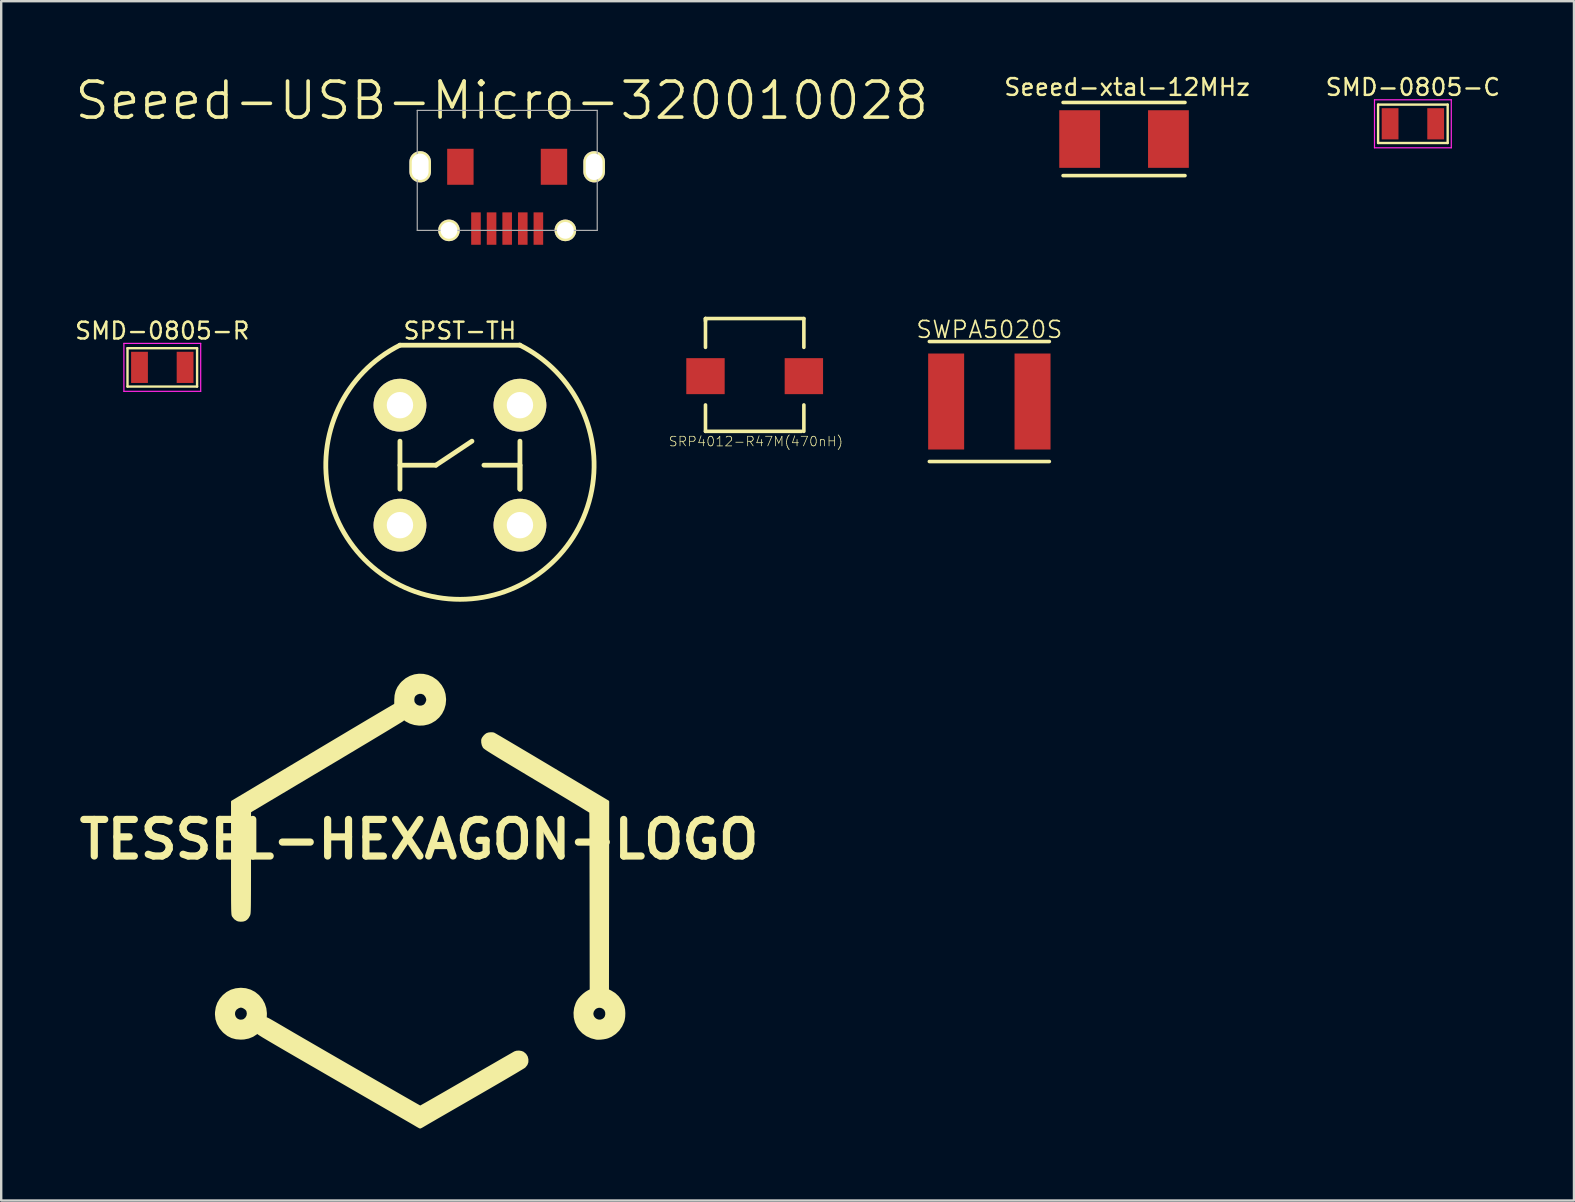
<source format=kicad_pcb>
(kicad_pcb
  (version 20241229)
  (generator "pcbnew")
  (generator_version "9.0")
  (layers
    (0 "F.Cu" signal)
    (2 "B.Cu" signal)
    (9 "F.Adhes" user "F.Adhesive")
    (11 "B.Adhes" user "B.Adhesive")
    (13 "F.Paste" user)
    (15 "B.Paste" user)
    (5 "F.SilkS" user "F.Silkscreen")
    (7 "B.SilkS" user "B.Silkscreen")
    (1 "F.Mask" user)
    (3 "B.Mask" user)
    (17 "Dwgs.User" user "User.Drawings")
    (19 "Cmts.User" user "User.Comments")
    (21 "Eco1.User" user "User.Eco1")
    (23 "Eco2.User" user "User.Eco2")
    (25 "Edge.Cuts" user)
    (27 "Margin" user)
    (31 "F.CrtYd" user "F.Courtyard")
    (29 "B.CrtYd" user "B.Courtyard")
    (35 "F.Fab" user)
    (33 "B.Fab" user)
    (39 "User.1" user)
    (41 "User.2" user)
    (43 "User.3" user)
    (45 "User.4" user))
  (footprint "SRP4012-R47M(470nH)"
    (layer "F.Cu")
    (at 26.349 12.625)
    (property "Reference" "SRP4012-R47M(470nH)" (at 2.101 2.722 0) (layer "F.SilkS") (effects (font (size 0.4 0.4) (thickness 0.03))))
    (attr through_hole)
    (fp_line (start 0 -2.4) (end 0 -1.2) (stroke (width 0.15) (type solid)) (layer "F.SilkS"))
    (fp_line (start 0 -2.4) (end 4.1 -2.4) (stroke (width 0.15) (type solid)) (layer "F.SilkS"))
    (fp_line (start 0 -2.3) (end 0 -2.4) (stroke (width 0.15) (type solid)) (layer "F.SilkS"))
    (fp_line (start 0 2.3) (end 0 1.2) (stroke (width 0.15) (type solid)) (layer "F.SilkS"))
    (fp_line (start 0 2.3) (end 4 2.3) (stroke (width 0.15) (type solid)) (layer "F.SilkS"))
    (fp_line (start 4.1 -2.4) (end 4.1 -1.2) (stroke (width 0.15) (type solid)) (layer "F.SilkS"))
    (fp_line (start 4.1 2.3) (end 4.1 1.2) (stroke (width 0.15) (type solid)) (layer "F.SilkS"))
    (pad "1" smd rect (at 0 0) (size 1.6 1.5) (layers "F.Cu" "F.Mask" "F.Paste"))
    (pad "2" smd rect (at 4.1 0) (size 1.6 1.5) (layers "F.Cu" "F.Mask" "F.Paste")))
  (footprint "Seeed-USB-Micro-320010028"
    (layer "F.Cu")
    (at 18.085 3.9)
    (property "Reference" "Seeed-USB-Micro-320010028" (at -0.224 -2.759 0) (layer "F.SilkS") (effects (font (size 1.5 1.5) (thickness 0.15))))
    (attr through_hole)
    (fp_line (start -3.747 -2.349) (end 3.753 -2.349) (stroke (width 0.05) (type solid)) (layer "F.Fab"))
    (fp_line (start -3.747 2.651) (end -3.747 -2.349) (stroke (width 0.05) (type solid)) (layer "F.Fab"))
    (fp_line (start -3.747 2.651) (end 3.753 2.651) (stroke (width 0.05) (type solid)) (layer "F.Fab"))
    (fp_line (start 3.753 2.651) (end 3.753 -2.349) (stroke (width 0.05) (type solid)) (layer "F.Fab"))
    (pad "1" smd rect (at 1.3 2.575) (size 0.4 1.35) (layers "F.Cu" "F.Mask" "F.Paste"))
    (pad "2" smd rect (at 0.65 2.575) (size 0.4 1.35) (layers "F.Cu" "F.Mask" "F.Paste"))
    (pad "3" smd rect (at 0 2.575) (size 0.4 1.35) (layers "F.Cu" "F.Mask" "F.Paste"))
    (pad "4" smd rect (at -0.65 2.575) (size 0.4 1.35) (layers "F.Cu" "F.Mask" "F.Paste"))
    (pad "5" smd rect (at -1.3 2.575) (size 0.4 1.35) (layers "F.Cu" "F.Mask" "F.Paste"))
    (pad "6" smd rect (at 1.95 0) (size 1.1 1.5) (layers "F.Cu" "F.Mask" "F.Paste"))
    (pad "7" smd rect (at -1.95 0) (size 1.1 1.5) (layers "F.Cu" "F.Mask" "F.Paste"))
    (pad "8" thru_hole oval (at -3.625 0) (size 0.9 1.3) (drill oval 0.7 1.1) (layers "*.Cu" "*.Mask" "F.SilkS"))
    (pad "9" thru_hole oval (at 3.625 0) (size 0.9 1.3) (drill oval 0.7 1.1) (layers "*.Cu" "*.Mask" "F.SilkS"))
    (pad "10" thru_hole circle (at -2.425 2.65) (size 0.9 0.9) (drill 0.7) (layers "*.Cu" "*.Mask" "F.SilkS"))
    (pad "11" thru_hole circle (at 2.425 2.65) (size 0.9 0.9) (drill 0.7) (layers "*.Cu" "*.Mask" "F.SilkS")))
  (footprint "TESSEL-HEXAGON-LOGO"
    (layer "F.Cu")
    (at 14.413 34.472)
    (property "Reference" "TESSEL-HEXAGON-LOGO" (at 0 -2.54 0) (layer "F.SilkS") (effects (font (size 1.524 1.524) (thickness 0.3))))
    (attr through_hole)
    (fp_poly (pts (xy 8.546 4.703) (xy 8.54 4.851) (xy 8.518 4.988) (xy 8.502 5.043) (xy 8.42 5.227) (xy 8.307 5.39) (xy 8.166 5.527) (xy 8.001 5.637) (xy 7.863 5.698) (xy 7.811 5.713) (xy 7.811 4.751) (xy 7.805 4.647) (xy 7.77 4.561) (xy 7.712 4.494) (xy 7.637 4.448) (xy 7.553 4.425) (xy 7.465 4.427) (xy 7.38 4.455) (xy 7.304 4.51) (xy 7.244 4.595) (xy 7.24 4.603) (xy 7.213 4.697) (xy 7.221 4.788) (xy 7.257 4.87) (xy 7.315 4.939) (xy 7.391 4.99) (xy 7.479 5.017) (xy 7.573 5.016) (xy 7.658 4.987) (xy 7.739 4.927) (xy 7.79 4.845) (xy 7.811 4.751) (xy 7.811 5.713) (xy 7.781 5.721) (xy 7.678 5.74) (xy 7.57 5.752) (xy 7.47 5.757) (xy 7.391 5.753) (xy 7.386 5.752) (xy 7.182 5.699) (xy 6.998 5.615) (xy 6.838 5.502) (xy 6.704 5.364) (xy 6.621 5.242) (xy 6.541 5.064) (xy 6.496 4.874) (xy 6.487 4.68) (xy 6.512 4.486) (xy 6.573 4.298) (xy 6.617 4.208) (xy 6.677 4.12) (xy 6.761 4.025) (xy 6.858 3.933) (xy 6.958 3.854) (xy 7.044 3.8) (xy 7.161 3.742) (xy 7.156 0.039) (xy 7.155 -0.339) (xy 7.155 -0.706) (xy 7.154 -1.061) (xy 7.153 -1.401) (xy 7.153 -1.726) (xy 7.152 -2.033) (xy 7.151 -2.319) (xy 7.15 -2.584) (xy 7.149 -2.825) (xy 7.148 -3.04) (xy 7.148 -3.227) (xy 7.147 -3.386) (xy 7.146 -3.512) (xy 7.145 -3.605) (xy 7.144 -3.663) (xy 7.143 -3.684) (xy 7.126 -3.696) (xy 7.077 -3.728) (xy 6.998 -3.776) (xy 6.892 -3.841) (xy 6.76 -3.922) (xy 6.604 -4.016) (xy 6.427 -4.123) (xy 6.23 -4.242) (xy 6.015 -4.371) (xy 5.784 -4.51) (xy 5.54 -4.656) (xy 5.284 -4.81) (xy 5.018 -4.969) (xy 4.945 -5.012) (xy 4.621 -5.205) (xy 4.33 -5.38) (xy 4.069 -5.536) (xy 3.837 -5.675) (xy 3.632 -5.799) (xy 3.452 -5.907) (xy 3.296 -6.002) (xy 3.163 -6.084) (xy 3.05 -6.154) (xy 2.957 -6.212) (xy 2.88 -6.261) (xy 2.82 -6.301) (xy 2.774 -6.333) (xy 2.74 -6.359) (xy 2.717 -6.378) (xy 2.704 -6.392) (xy 2.703 -6.394) (xy 2.663 -6.477) (xy 2.641 -6.578) (xy 2.639 -6.676) (xy 2.645 -6.71) (xy 2.672 -6.765) (xy 2.719 -6.829) (xy 2.777 -6.887) (xy 2.833 -6.926) (xy 2.9 -6.948) (xy 2.985 -6.958) (xy 3.067 -6.955) (xy 3.107 -6.947) (xy 3.129 -6.935) (xy 3.183 -6.905) (xy 3.266 -6.856) (xy 3.378 -6.792) (xy 3.515 -6.711) (xy 3.675 -6.617) (xy 3.858 -6.509) (xy 4.061 -6.389) (xy 4.281 -6.258) (xy 4.518 -6.118) (xy 4.769 -5.969) (xy 5.032 -5.812) (xy 5.305 -5.65) (xy 5.515 -5.524) (xy 7.874 -4.117) (xy 7.869 -0.188) (xy 7.864 3.742) (xy 7.993 3.805) (xy 8.143 3.899) (xy 8.279 4.025) (xy 8.392 4.175) (xy 8.479 4.342) (xy 8.512 4.432) (xy 8.537 4.558) (xy 8.546 4.703)) (stroke (width 0.1) (type solid)) (fill yes) (layer "F.SilkS"))
    (fp_poly (pts (xy 1.077 -8.362) (xy 1.058 -8.164) (xy 1.004 -7.977) (xy 0.918 -7.806) (xy 0.802 -7.656) (xy 0.659 -7.528) (xy 0.492 -7.429) (xy 0.373 -7.381) (xy 0.351 -7.376) (xy 0.351 -8.367) (xy 0.335 -8.446) (xy 0.293 -8.528) (xy 0.235 -8.596) (xy 0.2 -8.622) (xy 0.106 -8.656) (xy 0.005 -8.657) (xy -0.091 -8.626) (xy -0.174 -8.566) (xy -0.201 -8.535) (xy -0.235 -8.461) (xy -0.249 -8.37) (xy -0.24 -8.28) (xy -0.221 -8.227) (xy -0.157 -8.144) (xy -0.073 -8.09) (xy 0.025 -8.065) (xy 0.126 -8.073) (xy 0.224 -8.116) (xy 0.225 -8.117) (xy 0.275 -8.167) (xy 0.318 -8.24) (xy 0.346 -8.32) (xy 0.351 -8.367) (xy 0.351 -7.376) (xy 0.192 -7.34) (xy 0.003 -7.333) (xy -0.186 -7.358) (xy -0.367 -7.414) (xy -0.531 -7.5) (xy -0.57 -7.528) (xy -0.623 -7.567) (xy -0.689 -7.511) (xy -0.713 -7.495) (xy -0.768 -7.46) (xy -0.854 -7.408) (xy -0.968 -7.338) (xy -1.109 -7.253) (xy -1.275 -7.152) (xy -1.464 -7.038) (xy -1.675 -6.911) (xy -1.907 -6.772) (xy -2.156 -6.622) (xy -2.423 -6.463) (xy -2.704 -6.294) (xy -2.999 -6.118) (xy -3.305 -5.935) (xy -3.622 -5.746) (xy -3.904 -5.578) (xy -7.051 -3.703) (xy -7.053 -1.583) (xy -7.053 -1.249) (xy -7.053 -0.952) (xy -7.054 -0.689) (xy -7.054 -0.459) (xy -7.055 -0.259) (xy -7.056 -0.087) (xy -7.057 0.059) (xy -7.058 0.182) (xy -7.06 0.284) (xy -7.062 0.368) (xy -7.064 0.434) (xy -7.067 0.486) (xy -7.07 0.527) (xy -7.074 0.557) (xy -7.079 0.579) (xy -7.084 0.596) (xy -7.089 0.61) (xy -7.092 0.615) (xy -7.144 0.708) (xy -7.203 0.771) (xy -7.262 0.809) (xy -7.339 0.832) (xy -7.433 0.838) (xy -7.524 0.828) (xy -7.571 0.812) (xy -7.668 0.748) (xy -7.745 0.652) (xy -7.752 0.639) (xy -7.757 0.628) (xy -7.761 0.613) (xy -7.766 0.592) (xy -7.769 0.564) (xy -7.772 0.525) (xy -7.775 0.474) (xy -7.778 0.408) (xy -7.78 0.326) (xy -7.781 0.226) (xy -7.783 0.105) (xy -7.784 -0.039) (xy -7.784 -0.207) (xy -7.785 -0.403) (xy -7.786 -0.627) (xy -7.786 -0.883) (xy -7.786 -1.172) (xy -7.786 -1.496) (xy -7.786 -1.768) (xy -7.786 -4.113) (xy -4.426 -6.119) (xy -4.093 -6.318) (xy -3.768 -6.512) (xy -3.453 -6.7) (xy -3.15 -6.88) (xy -2.861 -7.053) (xy -2.586 -7.216) (xy -2.329 -7.369) (xy -2.09 -7.511) (xy -1.87 -7.641) (xy -1.673 -7.758) (xy -1.498 -7.861) (xy -1.349 -7.949) (xy -1.225 -8.021) (xy -1.13 -8.077) (xy -1.064 -8.115) (xy -1.03 -8.134) (xy -1.025 -8.136) (xy -1.006 -8.143) (xy -0.994 -8.159) (xy -0.987 -8.189) (xy -0.984 -8.242) (xy -0.984 -8.326) (xy -0.984 -8.347) (xy -0.971 -8.542) (xy -0.93 -8.714) (xy -0.858 -8.87) (xy -0.753 -9.015) (xy -0.686 -9.088) (xy -0.532 -9.216) (xy -0.364 -9.31) (xy -0.186 -9.371) (xy -0.002 -9.397) (xy 0.182 -9.39) (xy 0.363 -9.349) (xy 0.536 -9.274) (xy 0.697 -9.164) (xy 0.772 -9.096) (xy 0.902 -8.941) (xy 0.996 -8.775) (xy 1.053 -8.594) (xy 1.076 -8.397) (xy 1.077 -8.362)) (stroke (width 0.1) (type solid)) (fill yes) (layer "F.SilkS"))
    (fp_poly (pts (xy 4.507 6.629) (xy 4.505 6.739) (xy 4.47 6.834) (xy 4.399 6.922) (xy 4.391 6.93) (xy 4.366 6.948) (xy 4.309 6.983) (xy 4.223 7.035) (xy 4.11 7.103) (xy 3.971 7.186) (xy 3.809 7.281) (xy 3.627 7.388) (xy 3.426 7.506) (xy 3.209 7.632) (xy 2.977 7.767) (xy 2.733 7.908) (xy 2.479 8.055) (xy 2.335 8.138) (xy 2.075 8.288) (xy 1.823 8.434) (xy 1.58 8.574) (xy 1.349 8.707) (xy 1.133 8.832) (xy 0.934 8.947) (xy 0.753 9.051) (xy 0.594 9.144) (xy 0.458 9.222) (xy 0.348 9.286) (xy 0.267 9.334) (xy 0.215 9.364) (xy 0.202 9.372) (xy 0.136 9.411) (xy 0.082 9.44) (xy 0.05 9.455) (xy 0.045 9.456) (xy 0.023 9.447) (xy -0.025 9.421) (xy -0.09 9.384) (xy -0.127 9.362) (xy -0.161 9.342) (xy -0.227 9.303) (xy -0.323 9.247) (xy -0.448 9.175) (xy -0.598 9.088) (xy -0.773 8.987) (xy -0.969 8.873) (xy -1.187 8.747) (xy -1.423 8.611) (xy -1.675 8.465) (xy -1.942 8.31) (xy -2.222 8.149) (xy -2.512 7.981) (xy -2.812 7.808) (xy -3.019 7.688) (xy -3.439 7.446) (xy -3.827 7.222) (xy -4.184 7.015) (xy -4.51 6.827) (xy -4.808 6.654) (xy -5.079 6.498) (xy -5.323 6.356) (xy -5.542 6.229) (xy -5.737 6.115) (xy -5.91 6.014) (xy -6.062 5.925) (xy -6.195 5.847) (xy -6.308 5.78) (xy -6.404 5.723) (xy -6.485 5.675) (xy -6.55 5.634) (xy -6.602 5.602) (xy -6.642 5.576) (xy -6.671 5.557) (xy -6.691 5.542) (xy -6.702 5.532) (xy -6.703 5.531) (xy -6.725 5.51) (xy -6.745 5.51) (xy -6.779 5.533) (xy -6.791 5.543) (xy -6.938 5.639) (xy -7.108 5.707) (xy -7.126 5.711) (xy -7.126 4.714) (xy -7.143 4.615) (xy -7.164 4.567) (xy -7.211 4.514) (xy -7.28 4.465) (xy -7.356 4.429) (xy -7.423 4.416) (xy -7.47 4.424) (xy -7.531 4.445) (xy -7.554 4.456) (xy -7.638 4.515) (xy -7.692 4.59) (xy -7.718 4.676) (xy -7.718 4.764) (xy -7.693 4.85) (xy -7.645 4.925) (xy -7.575 4.982) (xy -7.486 5.016) (xy -7.425 5.021) (xy -7.327 5.007) (xy -7.267 4.977) (xy -7.191 4.905) (xy -7.143 4.814) (xy -7.126 4.714) (xy -7.126 5.711) (xy -7.295 5.745) (xy -7.425 5.752) (xy -7.621 5.737) (xy -7.797 5.69) (xy -7.958 5.609) (xy -8.109 5.492) (xy -8.15 5.453) (xy -8.281 5.297) (xy -8.376 5.126) (xy -8.435 4.942) (xy -8.456 4.748) (xy -8.453 4.66) (xy -8.423 4.461) (xy -8.36 4.282) (xy -8.262 4.119) (xy -8.144 3.982) (xy -7.993 3.858) (xy -7.823 3.767) (xy -7.636 3.712) (xy -7.435 3.691) (xy -7.425 3.691) (xy -7.223 3.709) (xy -7.036 3.764) (xy -6.864 3.853) (xy -6.708 3.979) (xy -6.696 3.992) (xy -6.568 4.146) (xy -6.474 4.318) (xy -6.414 4.502) (xy -6.391 4.696) (xy -6.392 4.764) (xy -6.399 4.904) (xy -6.324 4.934) (xy -6.288 4.951) (xy -6.223 4.986) (xy -6.136 5.035) (xy -6.03 5.096) (xy -5.911 5.165) (xy -5.785 5.239) (xy -5.777 5.243) (xy -5.682 5.299) (xy -5.561 5.37) (xy -5.415 5.455) (xy -5.248 5.553) (xy -5.06 5.662) (xy -4.854 5.782) (xy -4.632 5.91) (xy -4.396 6.047) (xy -4.149 6.19) (xy -3.892 6.339) (xy -3.627 6.492) (xy -3.357 6.648) (xy -3.083 6.806) (xy -2.809 6.964) (xy -2.535 7.122) (xy -2.264 7.279) (xy -1.998 7.432) (xy -1.739 7.581) (xy -1.489 7.724) (xy -1.251 7.861) (xy -1.026 7.991) (xy -0.817 8.111) (xy -0.625 8.221) (xy -0.453 8.319) (xy -0.303 8.405) (xy -0.176 8.477) (xy -0.076 8.534) (xy -0.004 8.574) (xy 0.038 8.598) (xy 0.049 8.603) (xy 0.068 8.593) (xy 0.119 8.565) (xy 0.199 8.52) (xy 0.307 8.459) (xy 0.44 8.383) (xy 0.596 8.294) (xy 0.773 8.192) (xy 0.969 8.08) (xy 1.181 7.958) (xy 1.408 7.827) (xy 1.647 7.689) (xy 1.897 7.545) (xy 2.003 7.484) (xy 2.257 7.337) (xy 2.502 7.195) (xy 2.736 7.06) (xy 2.957 6.933) (xy 3.163 6.814) (xy 3.351 6.705) (xy 3.519 6.608) (xy 3.666 6.524) (xy 3.788 6.454) (xy 3.884 6.399) (xy 3.951 6.36) (xy 3.987 6.34) (xy 3.992 6.337) (xy 4.071 6.313) (xy 4.166 6.308) (xy 4.26 6.323) (xy 4.329 6.35) (xy 4.422 6.428) (xy 4.482 6.524) (xy 4.507 6.629)) (stroke (width 0.1) (type solid)) (fill yes) (layer "F.SilkS")))
  (footprint "SPST-TH"
    (layer "F.Cu")
    (at 16.117 16.335)
    (property "Reference" "SPST-TH" (at 0 -5.6 0) (layer "F.SilkS") (effects (font (size 0.7 0.7) (thickness 0.1))))
    (attr through_hole)
    (fp_line (start -2.5 -5) (end 2.5 -5) (stroke (width 0.2) (type solid)) (layer "F.SilkS"))
    (fp_line (start -2.5 -1) (end -2.5 1) (stroke (width 0.2) (type solid)) (layer "F.SilkS"))
    (fp_line (start -2.5 0) (end -1 0) (stroke (width 0.2) (type solid)) (layer "F.SilkS"))
    (fp_line (start -1 0) (end 0.5 -1) (stroke (width 0.2) (type solid)) (layer "F.SilkS"))
    (fp_line (start 2.5 -1) (end 2.5 1) (stroke (width 0.2) (type solid)) (layer "F.SilkS"))
    (fp_line (start 2.5 0) (end 1 0) (stroke (width 0.2) (type solid)) (layer "F.SilkS"))
    (fp_line (start 2.5 1) (end 2.5 0) (stroke (width 0.2) (type solid)) (layer "F.SilkS"))
    (fp_arc (start 2.48864 -5.005664) (mid 0.006347 5.590166) (end -2.5 -5) (stroke (width 0.2) (type solid)) (layer "F.SilkS"))
    (pad "1" thru_hole circle (at -2.5 2.5) (size 2.2 2.2) (drill 1.1) (layers "*.Cu" "*.Mask" "F.SilkS"))
    (pad "2" thru_hole circle (at 2.5 2.5) (size 2.2 2.2) (drill 1.1) (layers "*.Cu" "*.Mask" "F.SilkS"))
    (pad "3" thru_hole circle (at -2.5 -2.5) (size 2.2 2.2) (drill 1.1) (layers "*.Cu" "*.Mask" "F.SilkS"))
    (pad "4" thru_hole circle (at 2.5 -2.5) (size 2.2 2.2) (drill 1.1) (layers "*.Cu" "*.Mask" "F.SilkS")))
  (footprint "SWPA5020S"
    (layer "F.Cu")
    (at 38.178 13.682)
    (property "Reference" "SWPA5020S" (at 0 -3 0) (layer "F.SilkS") (effects (font (size 0.7 0.7) (thickness 0.07))))
    (attr through_hole)
    (fp_line (start -2.5 2.5) (end 2.5 2.5) (stroke (width 0.15) (type solid)) (layer "F.SilkS"))
    (fp_line (start 2.5 -2.5) (end -2.5 -2.5) (stroke (width 0.15) (type solid)) (layer "F.SilkS"))
    (pad "1" smd rect (at 1.8 0) (size 1.5 4) (layers "F.Cu" "F.Mask" "F.Paste"))
    (pad "2" smd rect (at -1.8 0) (size 1.5 4) (layers "F.Cu" "F.Mask" "F.Paste")))
  (footprint "Seeed-xtal-12MHz"
    (layer "F.Cu")
    (at 43.791 2.744)
    (property "Reference" "Seeed-xtal-12MHz" (at 0.127 -2.159 0) (layer "F.SilkS") (effects (font (size 0.7 0.7) (thickness 0.1))))
    (attr through_hole)
    (fp_line (start -2.54 -1.524) (end 2.54 -1.524) (stroke (width 0.15) (type solid)) (layer "F.SilkS"))
    (fp_line (start -2.54 1.524) (end 2.54 1.524) (stroke (width 0.15) (type solid)) (layer "F.SilkS"))
    (pad "1" smd rect (at 1.85 0) (size 1.7 2.4) (layers "F.Cu" "F.Mask" "F.Paste"))
    (pad "2" smd rect (at -1.85 0) (size 1.7 2.4) (layers "F.Cu" "F.Mask" "F.Paste")))
  (footprint "SMD-0805-R"
    (layer "F.Cu")
    (at 3.713 12.259)
    (property "Reference" "SMD-0805-R" (at 0 -1.524 0) (layer "F.SilkS") (effects (font (size 0.7 0.7) (thickness 0.1))))
    (attr smd)
    (fp_line (start -1.45 -0.8) (end 1.45 -0.8) (stroke (width 0.1) (type solid)) (layer "F.SilkS"))
    (fp_line (start -1.45 0.8) (end -1.45 -0.8) (stroke (width 0.1) (type solid)) (layer "F.SilkS"))
    (fp_line (start 1.45 -0.8) (end 1.45 0.8) (stroke (width 0.1) (type solid)) (layer "F.SilkS"))
    (fp_line (start 1.45 0.8) (end -1.45 0.8) (stroke (width 0.1) (type solid)) (layer "F.SilkS"))
    (fp_line (start -1.6 -1) (end -1.6 1) (stroke (width 0.05) (type solid)) (layer "F.CrtYd"))
    (fp_line (start -1.6 -1) (end 1.6 -1) (stroke (width 0.05) (type solid)) (layer "F.CrtYd"))
    (fp_line (start -1.6 1) (end 1.6 1) (stroke (width 0.05) (type solid)) (layer "F.CrtYd"))
    (fp_line (start 1.6 -1) (end 1.6 1) (stroke (width 0.05) (type solid)) (layer "F.CrtYd"))
    (pad "1" smd rect (at -0.95 0) (size 0.7 1.3) (layers "F.Cu" "F.Mask" "F.Paste"))
    (pad "2" smd rect (at 0.95 0) (size 0.7 1.3) (layers "F.Cu" "F.Mask" "F.Paste")))
  (footprint "SMD-0805-C"
    (layer "F.Cu")
    (at 55.828 2.109)
    (property "Reference" "SMD-0805-C" (at 0 -1.524 0) (layer "F.SilkS") (effects (font (size 0.7 0.7) (thickness 0.1))))
    (attr smd)
    (fp_line (start -1.45 -0.8) (end 1.45 -0.8) (stroke (width 0.1) (type solid)) (layer "F.SilkS"))
    (fp_line (start -1.45 0.8) (end -1.45 -0.8) (stroke (width 0.1) (type solid)) (layer "F.SilkS"))
    (fp_line (start 1.45 -0.8) (end 1.45 0.8) (stroke (width 0.1) (type solid)) (layer "F.SilkS"))
    (fp_line (start 1.45 0.8) (end -1.45 0.8) (stroke (width 0.1) (type solid)) (layer "F.SilkS"))
    (fp_line (start -1.6 -1) (end -1.6 1) (stroke (width 0.05) (type solid)) (layer "F.CrtYd"))
    (fp_line (start -1.6 -1) (end 1.6 -1) (stroke (width 0.05) (type solid)) (layer "F.CrtYd"))
    (fp_line (start -1.6 1) (end 1.6 1) (stroke (width 0.05) (type solid)) (layer "F.CrtYd"))
    (fp_line (start 1.6 -1) (end 1.6 1) (stroke (width 0.05) (type solid)) (layer "F.CrtYd"))
    (pad "1" smd rect (at -0.95 0) (size 0.7 1.3) (layers "F.Cu" "F.Mask" "F.Paste"))
    (pad "2" smd rect (at 0.95 0) (size 0.7 1.3) (layers "F.Cu" "F.Mask" "F.Paste")))
  (gr_rect
    (start -3 -3)
    (end 62.541 46.979)
    (stroke (width 0.1) (type default))
    (fill no)
    (layer "Edge.Cuts")))
</source>
